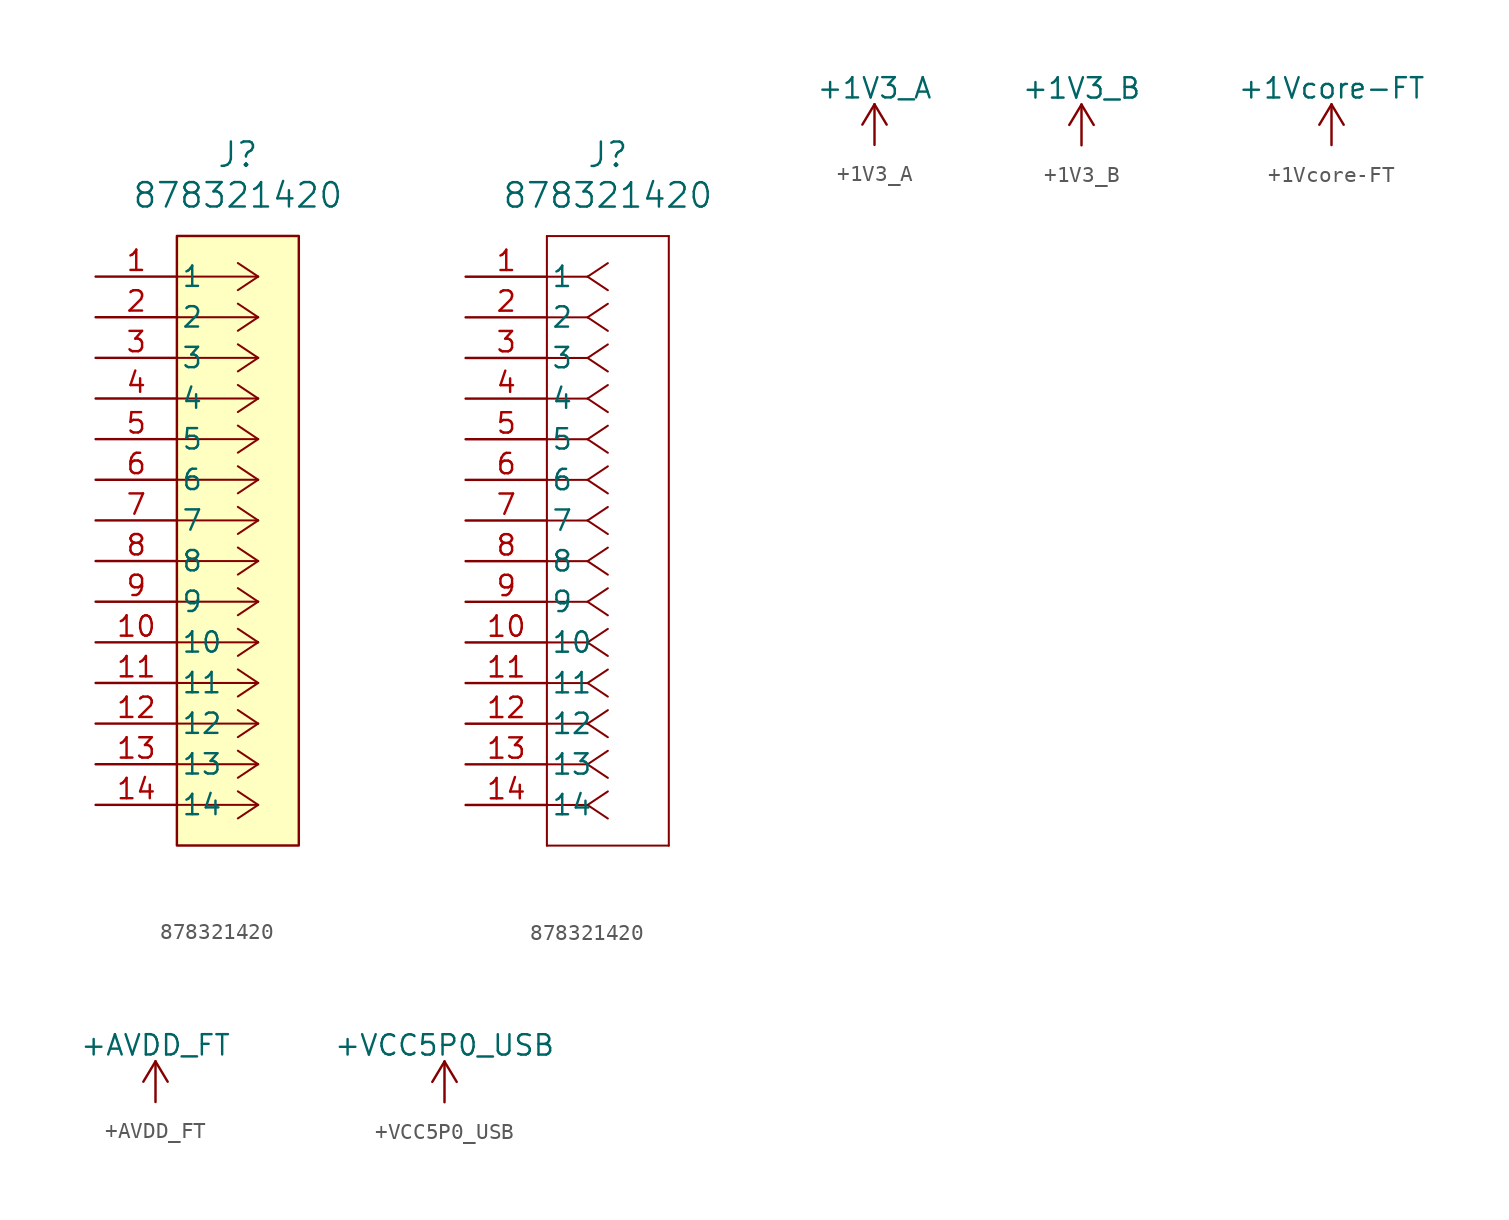
<source format=kicad_sym>
(kicad_symbol_lib
  (version 20231120)
  (generator "kicad_symbol_editor")
  (generator_version "8.0")
  (symbol "878321420"
    (pin_names
      (offset 0.254))
    (property "Reference" "J"
      (at 8.89 7.62 0)
      (effects (font (size 1.524 1.524))))
    (property "Value" "878321420"
      (at 8.89 5.08 0)
      (effects (font (size 1.524 1.524))))
    (symbol "878321420_1_1"
      (polyline (pts (xy 10.16 -33.02) (xy 5.08 -33.02)) (stroke (width 0.127) (type default)) (fill (type none)))
      (polyline (pts (xy 10.16 -33.02) (xy 8.89 -33.867)) (stroke (width 0.127) (type default)) (fill (type none)))
      (polyline (pts (xy 10.16 -33.02) (xy 8.89 -32.173)) (stroke (width 0.127) (type default)) (fill (type none)))
      (polyline (pts (xy 10.16 -30.48) (xy 5.08 -30.48)) (stroke (width 0.127) (type default)) (fill (type none)))
      (polyline (pts (xy 10.16 -30.48) (xy 8.89 -31.327)) (stroke (width 0.127) (type default)) (fill (type none)))
      (polyline (pts (xy 10.16 -30.48) (xy 8.89 -29.633)) (stroke (width 0.127) (type default)) (fill (type none)))
      (polyline (pts (xy 10.16 -27.94) (xy 5.08 -27.94)) (stroke (width 0.127) (type default)) (fill (type none)))
      (polyline (pts (xy 10.16 -27.94) (xy 8.89 -28.787)) (stroke (width 0.127) (type default)) (fill (type none)))
      (polyline (pts (xy 10.16 -27.94) (xy 8.89 -27.093)) (stroke (width 0.127) (type default)) (fill (type none)))
      (polyline (pts (xy 10.16 -25.4) (xy 5.08 -25.4)) (stroke (width 0.127) (type default)) (fill (type none)))
      (polyline (pts (xy 10.16 -25.4) (xy 8.89 -26.247)) (stroke (width 0.127) (type default)) (fill (type none)))
      (polyline (pts (xy 10.16 -25.4) (xy 8.89 -24.553)) (stroke (width 0.127) (type default)) (fill (type none)))
      (polyline (pts (xy 10.16 -22.86) (xy 5.08 -22.86)) (stroke (width 0.127) (type default)) (fill (type none)))
      (polyline (pts (xy 10.16 -22.86) (xy 8.89 -23.707)) (stroke (width 0.127) (type default)) (fill (type none)))
      (polyline (pts (xy 10.16 -22.86) (xy 8.89 -22.013)) (stroke (width 0.127) (type default)) (fill (type none)))
      (polyline (pts (xy 10.16 -20.32) (xy 5.08 -20.32)) (stroke (width 0.127) (type default)) (fill (type none)))
      (polyline (pts (xy 10.16 -20.32) (xy 8.89 -21.167)) (stroke (width 0.127) (type default)) (fill (type none)))
      (polyline (pts (xy 10.16 -20.32) (xy 8.89 -19.473)) (stroke (width 0.127) (type default)) (fill (type none)))
      (polyline (pts (xy 10.16 -17.78) (xy 5.08 -17.78)) (stroke (width 0.127) (type default)) (fill (type none)))
      (polyline (pts (xy 10.16 -17.78) (xy 8.89 -18.627)) (stroke (width 0.127) (type default)) (fill (type none)))
      (polyline (pts (xy 10.16 -17.78) (xy 8.89 -16.933)) (stroke (width 0.127) (type default)) (fill (type none)))
      (polyline (pts (xy 10.16 -15.24) (xy 5.08 -15.24)) (stroke (width 0.127) (type default)) (fill (type none)))
      (polyline (pts (xy 10.16 -15.24) (xy 8.89 -16.087)) (stroke (width 0.127) (type default)) (fill (type none)))
      (polyline (pts (xy 10.16 -15.24) (xy 8.89 -14.393)) (stroke (width 0.127) (type default)) (fill (type none)))
      (polyline (pts (xy 10.16 -12.7) (xy 5.08 -12.7)) (stroke (width 0.127) (type default)) (fill (type none)))
      (polyline (pts (xy 10.16 -12.7) (xy 8.89 -13.547)) (stroke (width 0.127) (type default)) (fill (type none)))
      (polyline (pts (xy 10.16 -12.7) (xy 8.89 -11.853)) (stroke (width 0.127) (type default)) (fill (type none)))
      (polyline (pts (xy 10.16 -10.16) (xy 5.08 -10.16)) (stroke (width 0.127) (type default)) (fill (type none)))
      (polyline (pts (xy 10.16 -10.16) (xy 8.89 -11.007)) (stroke (width 0.127) (type default)) (fill (type none)))
      (polyline (pts (xy 10.16 -10.16) (xy 8.89 -9.313)) (stroke (width 0.127) (type default)) (fill (type none)))
      (polyline (pts (xy 10.16 -7.62) (xy 5.08 -7.62)) (stroke (width 0.127) (type default)) (fill (type none)))
      (polyline (pts (xy 10.16 -7.62) (xy 8.89 -8.467)) (stroke (width 0.127) (type default)) (fill (type none)))
      (polyline (pts (xy 10.16 -7.62) (xy 8.89 -6.773)) (stroke (width 0.127) (type default)) (fill (type none)))
      (polyline (pts (xy 10.16 -5.08) (xy 5.08 -5.08)) (stroke (width 0.127) (type default)) (fill (type none)))
      (polyline (pts (xy 10.16 -5.08) (xy 8.89 -5.927)) (stroke (width 0.127) (type default)) (fill (type none)))
      (polyline (pts (xy 10.16 -5.08) (xy 8.89 -4.233)) (stroke (width 0.127) (type default)) (fill (type none)))
      (polyline (pts (xy 10.16 -2.54) (xy 5.08 -2.54)) (stroke (width 0.127) (type default)) (fill (type none)))
      (polyline (pts (xy 10.16 -2.54) (xy 8.89 -3.387)) (stroke (width 0.127) (type default)) (fill (type none)))
      (polyline (pts (xy 10.16 -2.54) (xy 8.89 -1.693)) (stroke (width 0.127) (type default)) (fill (type none)))
      (polyline (pts (xy 10.16 0) (xy 5.08 0)) (stroke (width 0.127) (type default)) (fill (type none)))
      (polyline (pts (xy 10.16 0) (xy 8.89 -0.847)) (stroke (width 0.127) (type default)) (fill (type none)))
      (polyline (pts (xy 10.16 0) (xy 8.89 0.847)) (stroke (width 0.127) (type default)) (fill (type none)))
      (rectangle (start 5.08 2.54) (end 12.7 -35.56) (stroke (width 0) (type default)) (fill (type background)))
      (pin power_in line (at 0 0 0) (length 5.08) (name "1" (effects (font (size 1.27 1.27)))) (number "1" (effects (font (size 1.27 1.27)))))
      (pin unspecified line (at 0 -22.86 0) (length 5.08) (name "10" (effects (font (size 1.27 1.27)))) (number "10" (effects (font (size 1.27 1.27)))))
      (pin power_in line (at 0 -25.4 0) (length 5.08) (name "11" (effects (font (size 1.27 1.27)))) (number "11" (effects (font (size 1.27 1.27)))))
      (pin unspecified line (at 0 -27.94 0) (length 5.08) (name "12" (effects (font (size 1.27 1.27)))) (number "12" (effects (font (size 1.27 1.27)))))
      (pin power_in line (at 0 -30.48 0) (length 5.08) (name "13" (effects (font (size 1.27 1.27)))) (number "13" (effects (font (size 1.27 1.27)))))
      (pin unspecified line (at 0 -33.02 0) (length 5.08) (name "14" (effects (font (size 1.27 1.27)))) (number "14" (effects (font (size 1.27 1.27)))))
      (pin unspecified line (at 0 -2.54 0) (length 5.08) (name "2" (effects (font (size 1.27 1.27)))) (number "2" (effects (font (size 1.27 1.27)))))
      (pin power_in line (at 0 -5.08 0) (length 5.08) (name "3" (effects (font (size 1.27 1.27)))) (number "3" (effects (font (size 1.27 1.27)))))
      (pin unspecified line (at 0 -7.62 0) (length 5.08) (name "4" (effects (font (size 1.27 1.27)))) (number "4" (effects (font (size 1.27 1.27)))))
      (pin power_in line (at 0 -10.16 0) (length 5.08) (name "5" (effects (font (size 1.27 1.27)))) (number "5" (effects (font (size 1.27 1.27)))))
      (pin unspecified line (at 0 -12.7 0) (length 5.08) (name "6" (effects (font (size 1.27 1.27)))) (number "6" (effects (font (size 1.27 1.27)))))
      (pin power_in line (at 0 -15.24 0) (length 5.08) (name "7" (effects (font (size 1.27 1.27)))) (number "7" (effects (font (size 1.27 1.27)))))
      (pin unspecified line (at 0 -17.78 0) (length 5.08) (name "8" (effects (font (size 1.27 1.27)))) (number "8" (effects (font (size 1.27 1.27)))))
      (pin power_in line (at 0 -20.32 0) (length 5.08) (name "9" (effects (font (size 1.27 1.27)))) (number "9" (effects (font (size 1.27 1.27))))))
    (symbol "878321420_1_2"
      (polyline (pts (xy 5.08 -35.56) (xy 12.7 -35.56)) (stroke (width 0.127) (type default)) (fill (type none)))
      (polyline (pts (xy 5.08 2.54) (xy 5.08 -35.56)) (stroke (width 0.127) (type default)) (fill (type none)))
      (polyline (pts (xy 7.62 -33.02) (xy 5.08 -33.02)) (stroke (width 0.127) (type default)) (fill (type none)))
      (polyline (pts (xy 7.62 -33.02) (xy 8.89 -33.867)) (stroke (width 0.127) (type default)) (fill (type none)))
      (polyline (pts (xy 7.62 -33.02) (xy 8.89 -32.173)) (stroke (width 0.127) (type default)) (fill (type none)))
      (polyline (pts (xy 7.62 -30.48) (xy 5.08 -30.48)) (stroke (width 0.127) (type default)) (fill (type none)))
      (polyline (pts (xy 7.62 -30.48) (xy 8.89 -31.327)) (stroke (width 0.127) (type default)) (fill (type none)))
      (polyline (pts (xy 7.62 -30.48) (xy 8.89 -29.633)) (stroke (width 0.127) (type default)) (fill (type none)))
      (polyline (pts (xy 7.62 -27.94) (xy 5.08 -27.94)) (stroke (width 0.127) (type default)) (fill (type none)))
      (polyline (pts (xy 7.62 -27.94) (xy 8.89 -28.787)) (stroke (width 0.127) (type default)) (fill (type none)))
      (polyline (pts (xy 7.62 -27.94) (xy 8.89 -27.093)) (stroke (width 0.127) (type default)) (fill (type none)))
      (polyline (pts (xy 7.62 -25.4) (xy 5.08 -25.4)) (stroke (width 0.127) (type default)) (fill (type none)))
      (polyline (pts (xy 7.62 -25.4) (xy 8.89 -26.247)) (stroke (width 0.127) (type default)) (fill (type none)))
      (polyline (pts (xy 7.62 -25.4) (xy 8.89 -24.553)) (stroke (width 0.127) (type default)) (fill (type none)))
      (polyline (pts (xy 7.62 -22.86) (xy 5.08 -22.86)) (stroke (width 0.127) (type default)) (fill (type none)))
      (polyline (pts (xy 7.62 -22.86) (xy 8.89 -23.707)) (stroke (width 0.127) (type default)) (fill (type none)))
      (polyline (pts (xy 7.62 -22.86) (xy 8.89 -22.013)) (stroke (width 0.127) (type default)) (fill (type none)))
      (polyline (pts (xy 7.62 -20.32) (xy 5.08 -20.32)) (stroke (width 0.127) (type default)) (fill (type none)))
      (polyline (pts (xy 7.62 -20.32) (xy 8.89 -21.167)) (stroke (width 0.127) (type default)) (fill (type none)))
      (polyline (pts (xy 7.62 -20.32) (xy 8.89 -19.473)) (stroke (width 0.127) (type default)) (fill (type none)))
      (polyline (pts (xy 7.62 -17.78) (xy 5.08 -17.78)) (stroke (width 0.127) (type default)) (fill (type none)))
      (polyline (pts (xy 7.62 -17.78) (xy 8.89 -18.627)) (stroke (width 0.127) (type default)) (fill (type none)))
      (polyline (pts (xy 7.62 -17.78) (xy 8.89 -16.933)) (stroke (width 0.127) (type default)) (fill (type none)))
      (polyline (pts (xy 7.62 -15.24) (xy 5.08 -15.24)) (stroke (width 0.127) (type default)) (fill (type none)))
      (polyline (pts (xy 7.62 -15.24) (xy 8.89 -16.087)) (stroke (width 0.127) (type default)) (fill (type none)))
      (polyline (pts (xy 7.62 -15.24) (xy 8.89 -14.393)) (stroke (width 0.127) (type default)) (fill (type none)))
      (polyline (pts (xy 7.62 -12.7) (xy 5.08 -12.7)) (stroke (width 0.127) (type default)) (fill (type none)))
      (polyline (pts (xy 7.62 -12.7) (xy 8.89 -13.547)) (stroke (width 0.127) (type default)) (fill (type none)))
      (polyline (pts (xy 7.62 -12.7) (xy 8.89 -11.853)) (stroke (width 0.127) (type default)) (fill (type none)))
      (polyline (pts (xy 7.62 -10.16) (xy 5.08 -10.16)) (stroke (width 0.127) (type default)) (fill (type none)))
      (polyline (pts (xy 7.62 -10.16) (xy 8.89 -11.007)) (stroke (width 0.127) (type default)) (fill (type none)))
      (polyline (pts (xy 7.62 -10.16) (xy 8.89 -9.313)) (stroke (width 0.127) (type default)) (fill (type none)))
      (polyline (pts (xy 7.62 -7.62) (xy 5.08 -7.62)) (stroke (width 0.127) (type default)) (fill (type none)))
      (polyline (pts (xy 7.62 -7.62) (xy 8.89 -8.467)) (stroke (width 0.127) (type default)) (fill (type none)))
      (polyline (pts (xy 7.62 -7.62) (xy 8.89 -6.773)) (stroke (width 0.127) (type default)) (fill (type none)))
      (polyline (pts (xy 7.62 -5.08) (xy 5.08 -5.08)) (stroke (width 0.127) (type default)) (fill (type none)))
      (polyline (pts (xy 7.62 -5.08) (xy 8.89 -5.927)) (stroke (width 0.127) (type default)) (fill (type none)))
      (polyline (pts (xy 7.62 -5.08) (xy 8.89 -4.233)) (stroke (width 0.127) (type default)) (fill (type none)))
      (polyline (pts (xy 7.62 -2.54) (xy 5.08 -2.54)) (stroke (width 0.127) (type default)) (fill (type none)))
      (polyline (pts (xy 7.62 -2.54) (xy 8.89 -3.387)) (stroke (width 0.127) (type default)) (fill (type none)))
      (polyline (pts (xy 7.62 -2.54) (xy 8.89 -1.693)) (stroke (width 0.127) (type default)) (fill (type none)))
      (polyline (pts (xy 7.62 0) (xy 5.08 0)) (stroke (width 0.127) (type default)) (fill (type none)))
      (polyline (pts (xy 7.62 0) (xy 8.89 -0.847)) (stroke (width 0.127) (type default)) (fill (type none)))
      (polyline (pts (xy 7.62 0) (xy 8.89 0.847)) (stroke (width 0.127) (type default)) (fill (type none)))
      (polyline (pts (xy 12.7 -35.56) (xy 12.7 2.54)) (stroke (width 0.127) (type default)) (fill (type none)))
      (polyline (pts (xy 12.7 2.54) (xy 5.08 2.54)) (stroke (width 0.127) (type default)) (fill (type none)))
      (pin unspecified line (at 0 0 0) (length 5.08) (name "1" (effects (font (size 1.27 1.27)))) (number "1" (effects (font (size 1.27 1.27)))))
      (pin unspecified line (at 0 -22.86 0) (length 5.08) (name "10" (effects (font (size 1.27 1.27)))) (number "10" (effects (font (size 1.27 1.27)))))
      (pin unspecified line (at 0 -25.4 0) (length 5.08) (name "11" (effects (font (size 1.27 1.27)))) (number "11" (effects (font (size 1.27 1.27)))))
      (pin unspecified line (at 0 -27.94 0) (length 5.08) (name "12" (effects (font (size 1.27 1.27)))) (number "12" (effects (font (size 1.27 1.27)))))
      (pin unspecified line (at 0 -30.48 0) (length 5.08) (name "13" (effects (font (size 1.27 1.27)))) (number "13" (effects (font (size 1.27 1.27)))))
      (pin unspecified line (at 0 -33.02 0) (length 5.08) (name "14" (effects (font (size 1.27 1.27)))) (number "14" (effects (font (size 1.27 1.27)))))
      (pin unspecified line (at 0 -2.54 0) (length 5.08) (name "2" (effects (font (size 1.27 1.27)))) (number "2" (effects (font (size 1.27 1.27)))))
      (pin unspecified line (at 0 -5.08 0) (length 5.08) (name "3" (effects (font (size 1.27 1.27)))) (number "3" (effects (font (size 1.27 1.27)))))
      (pin unspecified line (at 0 -7.62 0) (length 5.08) (name "4" (effects (font (size 1.27 1.27)))) (number "4" (effects (font (size 1.27 1.27)))))
      (pin unspecified line (at 0 -10.16 0) (length 5.08) (name "5" (effects (font (size 1.27 1.27)))) (number "5" (effects (font (size 1.27 1.27)))))
      (pin unspecified line (at 0 -12.7 0) (length 5.08) (name "6" (effects (font (size 1.27 1.27)))) (number "6" (effects (font (size 1.27 1.27)))))
      (pin unspecified line (at 0 -15.24 0) (length 5.08) (name "7" (effects (font (size 1.27 1.27)))) (number "7" (effects (font (size 1.27 1.27)))))
      (pin unspecified line (at 0 -17.78 0) (length 5.08) (name "8" (effects (font (size 1.27 1.27)))) (number "8" (effects (font (size 1.27 1.27)))))
      (pin unspecified line (at 0 -20.32 0) (length 5.08) (name "9" (effects (font (size 1.27 1.27)))) (number "9" (effects (font (size 1.27 1.27)))))))
  (symbol "+1V3_A"
    (power)
    (pin_names
      (offset 0))
    (property "Reference" "#PWR"
      (at 5.08 -5.08 0)
      (effects (font (size 1.27 1.27)) (hide yes)))
    (property "Value" "+1V3_A"
      (at 0 3.556 0)
      (effects (font (size 1.27 1.27))))
    (symbol "+1V3_A_0_1"
      (polyline (pts (xy -0.762 1.27) (xy 0 2.54)) (stroke (width 0) (type default)) (fill (type none)))
      (polyline (pts (xy 0 0) (xy 0 2.54)) (stroke (width 0) (type default)) (fill (type none)))
      (polyline (pts (xy 0 2.54) (xy 0.762 1.27)) (stroke (width 0) (type default)) (fill (type none))))
    (symbol "+1V3_A_1_1"
      (pin power_in line (at 0 0 90) (length 0) hide (name "+1V3_A" (effects (font (size 1.27 1.27)))) (number "1" (effects (font (size 1.27 1.27)))))))
  (symbol "+1V3_B"
    (power)
    (pin_names
      (offset 0))
    (property "Reference" "#PWR"
      (at 5.08 -5.08 0)
      (effects (font (size 1.27 1.27)) (hide yes)))
    (property "Value" "+1V3_B"
      (at 0 3.556 0)
      (effects (font (size 1.27 1.27))))
    (symbol "+1V3_B_0_1"
      (polyline (pts (xy -0.762 1.27) (xy 0 2.54)) (stroke (width 0) (type default)) (fill (type none)))
      (polyline (pts (xy 0 0) (xy 0 2.54)) (stroke (width 0) (type default)) (fill (type none)))
      (polyline (pts (xy 0 2.54) (xy 0.762 1.27)) (stroke (width 0) (type default)) (fill (type none))))
    (symbol "+1V3_B_1_1"
      (pin power_in line (at 0 0 90) (length 0) hide (name "+1V3_B" (effects (font (size 1.27 1.27)))) (number "1" (effects (font (size 1.27 1.27)))))))
  (symbol "+1Vcore-FT"
    (power)
    (pin_names
      (offset 0))
    (property "Reference" "#PWR"
      (at 5.08 -5.08 0)
      (effects (font (size 1.27 1.27)) (hide yes)))
    (property "Value" "+1Vcore-FT"
      (at 0 3.556 0)
      (effects (font (size 1.27 1.27))))
    (symbol "+1Vcore-FT_0_1"
      (polyline (pts (xy -0.762 1.27) (xy 0 2.54)) (stroke (width 0) (type default)) (fill (type none)))
      (polyline (pts (xy 0 0) (xy 0 2.54)) (stroke (width 0) (type default)) (fill (type none)))
      (polyline (pts (xy 0 2.54) (xy 0.762 1.27)) (stroke (width 0) (type default)) (fill (type none))))
    (symbol "+1Vcore-FT_1_1"
      (pin power_in line (at 0 0 90) (length 0) hide (name "+1Vcore-FT" (effects (font (size 1.27 1.27)))) (number "1" (effects (font (size 1.27 1.27)))))))
  (symbol "+AVDD_FT"
    (power)
    (pin_names
      (offset 0))
    (property "Reference" "#PWR"
      (at 5.08 -5.08 0)
      (effects (font (size 1.27 1.27)) (hide yes)))
    (property "Value" "+AVDD_FT"
      (at 0 3.556 0)
      (effects (font (size 1.27 1.27))))
    (symbol "+AVDD_FT_0_1"
      (polyline (pts (xy -0.762 1.27) (xy 0 2.54)) (stroke (width 0) (type default)) (fill (type none)))
      (polyline (pts (xy 0 0) (xy 0 2.54)) (stroke (width 0) (type default)) (fill (type none)))
      (polyline (pts (xy 0 2.54) (xy 0.762 1.27)) (stroke (width 0) (type default)) (fill (type none))))
    (symbol "+AVDD_FT_1_1"
      (pin power_in line (at 0 0 90) (length 0) hide (name "AVDD_FT" (effects (font (size 1.27 1.27)))) (number "1" (effects (font (size 1.27 1.27)))))))
  (symbol "+VCC5P0_USB"
    (power)
    (pin_names
      (offset 0))
    (property "Reference" "#PWR"
      (at 5.08 -5.08 0)
      (effects (font (size 1.27 1.27)) (hide yes)))
    (property "Value" "+VCC5P0_USB"
      (at 0 3.556 0)
      (effects (font (size 1.27 1.27))))
    (symbol "+VCC5P0_USB_0_1"
      (polyline (pts (xy -0.762 1.27) (xy 0 2.54)) (stroke (width 0) (type default)) (fill (type none)))
      (polyline (pts (xy 0 0) (xy 0 2.54)) (stroke (width 0) (type default)) (fill (type none)))
      (polyline (pts (xy 0 2.54) (xy 0.762 1.27)) (stroke (width 0) (type default)) (fill (type none))))
    (symbol "+VCC5P0_USB_1_1"
      (pin power_in line (at 0 0 90) (length 0) hide (name "+5P0_USB" (effects (font (size 1.27 1.27)))) (number "1" (effects (font (size 1.27 1.27))))))))
</source>
